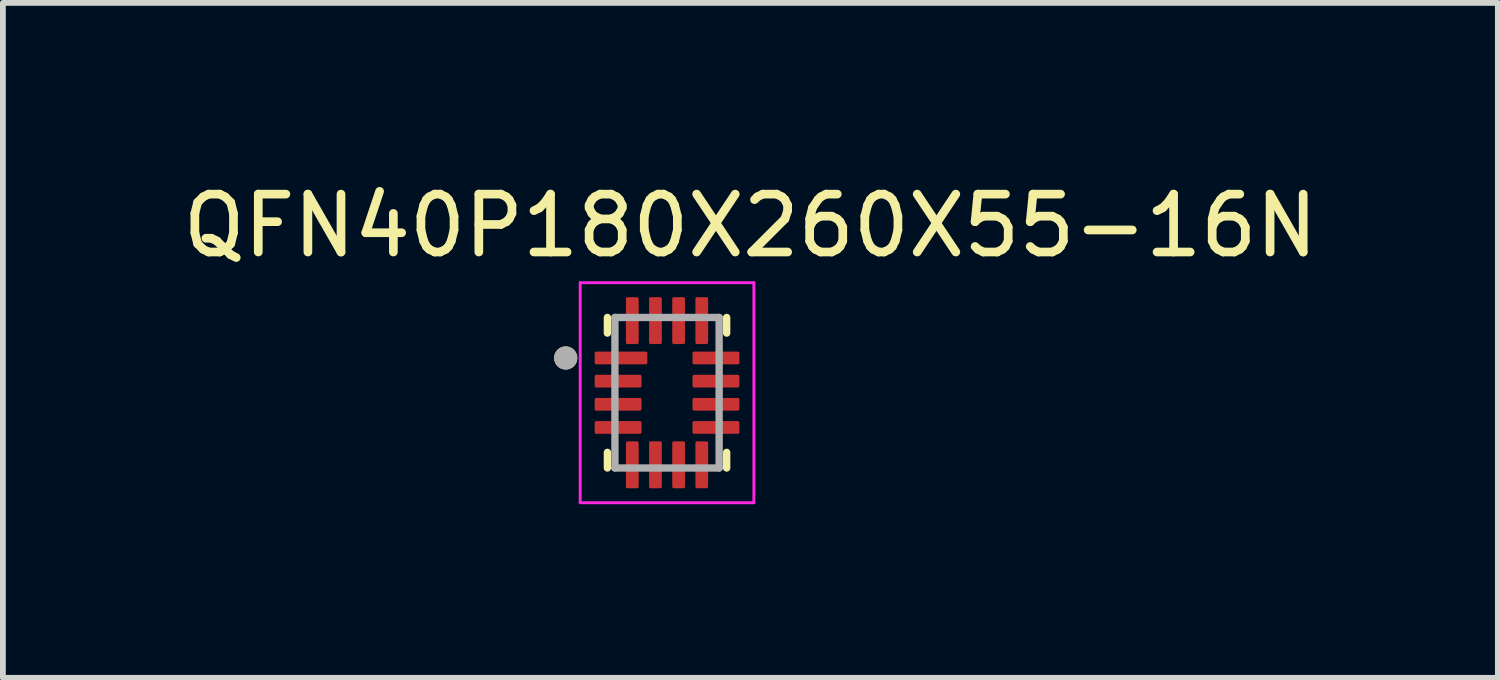
<source format=kicad_pcb>
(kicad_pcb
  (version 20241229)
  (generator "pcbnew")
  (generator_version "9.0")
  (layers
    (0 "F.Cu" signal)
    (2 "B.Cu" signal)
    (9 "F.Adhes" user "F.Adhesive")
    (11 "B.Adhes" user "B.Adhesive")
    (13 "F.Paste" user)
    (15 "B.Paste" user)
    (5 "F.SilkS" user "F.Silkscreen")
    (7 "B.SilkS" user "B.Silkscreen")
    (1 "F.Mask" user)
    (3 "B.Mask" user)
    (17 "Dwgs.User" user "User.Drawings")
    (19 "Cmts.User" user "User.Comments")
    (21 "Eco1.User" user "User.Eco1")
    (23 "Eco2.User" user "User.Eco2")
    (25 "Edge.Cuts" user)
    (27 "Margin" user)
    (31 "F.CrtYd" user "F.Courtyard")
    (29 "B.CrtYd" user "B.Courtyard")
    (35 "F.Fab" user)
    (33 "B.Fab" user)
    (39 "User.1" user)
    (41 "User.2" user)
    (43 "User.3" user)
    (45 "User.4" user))
  (footprint "QFN40P180X260X55-16N"
    (layer "F.Cu")
    (at 8.471 3.733)
    (property "Reference" "QFN40P180X260X55-16N" (at 1.44 -2.885 0) (layer "F.SilkS") (effects (font (size 1 1) (thickness 0.15))))
    (attr smd)
    (fp_line (start -1.03 -1.3) (end -1.03 -1.03) (stroke (width 0.127) (type solid)) (layer "F.SilkS"))
    (fp_line (start -1.03 1.3) (end -1.03 1.03) (stroke (width 0.127) (type solid)) (layer "F.SilkS"))
    (fp_line (start 1.03 -1.3) (end 1.03 -1.03) (stroke (width 0.127) (type solid)) (layer "F.SilkS"))
    (fp_line (start 1.03 1.3) (end 1.03 1.03) (stroke (width 0.127) (type solid)) (layer "F.SilkS"))
    (fp_circle (center -1.75 -0.6) (end -1.65 -0.6) (stroke (width 0.2) (type solid)) (fill no) (layer "F.SilkS"))
    (fp_line (start -1.5 1.9) (end -1.5 -1.9) (stroke (width 0.05) (type solid)) (layer "F.CrtYd"))
    (fp_line (start 1.5 -1.9) (end -1.5 -1.9) (stroke (width 0.05) (type solid)) (layer "F.CrtYd"))
    (fp_line (start 1.5 1.9) (end -1.5 1.9) (stroke (width 0.05) (type solid)) (layer "F.CrtYd"))
    (fp_line (start 1.5 1.9) (end 1.5 -1.9) (stroke (width 0.05) (type solid)) (layer "F.CrtYd"))
    (fp_line (start -0.9 -1.3) (end -0.9 1.3) (stroke (width 0.127) (type solid)) (layer "F.Fab"))
    (fp_line (start 0.9 -1.3) (end -0.9 -1.3) (stroke (width 0.127) (type solid)) (layer "F.Fab"))
    (fp_line (start 0.9 -1.3) (end 0.9 1.3) (stroke (width 0.127) (type solid)) (layer "F.Fab"))
    (fp_line (start 0.9 1.3) (end -0.9 1.3) (stroke (width 0.127) (type solid)) (layer "F.Fab"))
    (fp_circle (center -1.75 -0.6) (end -1.65 -0.6) (stroke (width 0.2) (type solid)) (fill no) (layer "F.Fab"))
    (pad "1" smd roundrect (at -0.795 -0.6) (size 0.91 0.22) (layers "F.Cu" "F.Mask" "F.Paste") (roundrect_rratio 0.125))
    (pad "2" smd roundrect (at -0.845 -0.2) (size 0.81 0.22) (layers "F.Cu" "F.Mask" "F.Paste") (roundrect_rratio 0.125))
    (pad "3" smd roundrect (at -0.845 0.2) (size 0.81 0.22) (layers "F.Cu" "F.Mask" "F.Paste") (roundrect_rratio 0.125))
    (pad "4" smd roundrect (at -0.845 0.6) (size 0.81 0.22) (layers "F.Cu" "F.Mask" "F.Paste") (roundrect_rratio 0.125))
    (pad "5" smd roundrect (at -0.6 1.245) (size 0.22 0.81) (layers "F.Cu" "F.Mask" "F.Paste") (roundrect_rratio 0.125))
    (pad "6" smd roundrect (at -0.2 1.245) (size 0.22 0.81) (layers "F.Cu" "F.Mask" "F.Paste") (roundrect_rratio 0.125))
    (pad "7" smd roundrect (at 0.2 1.245) (size 0.22 0.81) (layers "F.Cu" "F.Mask" "F.Paste") (roundrect_rratio 0.125))
    (pad "8" smd roundrect (at 0.6 1.245) (size 0.22 0.81) (layers "F.Cu" "F.Mask" "F.Paste") (roundrect_rratio 0.125))
    (pad "9" smd roundrect (at 0.845 0.6) (size 0.81 0.22) (layers "F.Cu" "F.Mask" "F.Paste") (roundrect_rratio 0.125))
    (pad "10" smd roundrect (at 0.845 0.2) (size 0.81 0.22) (layers "F.Cu" "F.Mask" "F.Paste") (roundrect_rratio 0.125))
    (pad "11" smd roundrect (at 0.845 -0.2) (size 0.81 0.22) (layers "F.Cu" "F.Mask" "F.Paste") (roundrect_rratio 0.125))
    (pad "12" smd roundrect (at 0.845 -0.6) (size 0.81 0.22) (layers "F.Cu" "F.Mask" "F.Paste") (roundrect_rratio 0.125))
    (pad "13" smd roundrect (at 0.6 -1.245) (size 0.22 0.81) (layers "F.Cu" "F.Mask" "F.Paste") (roundrect_rratio 0.125))
    (pad "14" smd roundrect (at 0.2 -1.245) (size 0.22 0.81) (layers "F.Cu" "F.Mask" "F.Paste") (roundrect_rratio 0.125))
    (pad "15" smd roundrect (at -0.2 -1.245) (size 0.22 0.81) (layers "F.Cu" "F.Mask" "F.Paste") (roundrect_rratio 0.125))
    (pad "16" smd roundrect (at -0.6 -1.245) (size 0.22 0.81) (layers "F.Cu" "F.Mask" "F.Paste") (roundrect_rratio 0.125)))
  (gr_rect
    (start -3 -3)
    (end 22.821 8.658)
    (stroke (width 0.1) (type default))
    (fill no)
    (layer "Edge.Cuts")))
</source>
